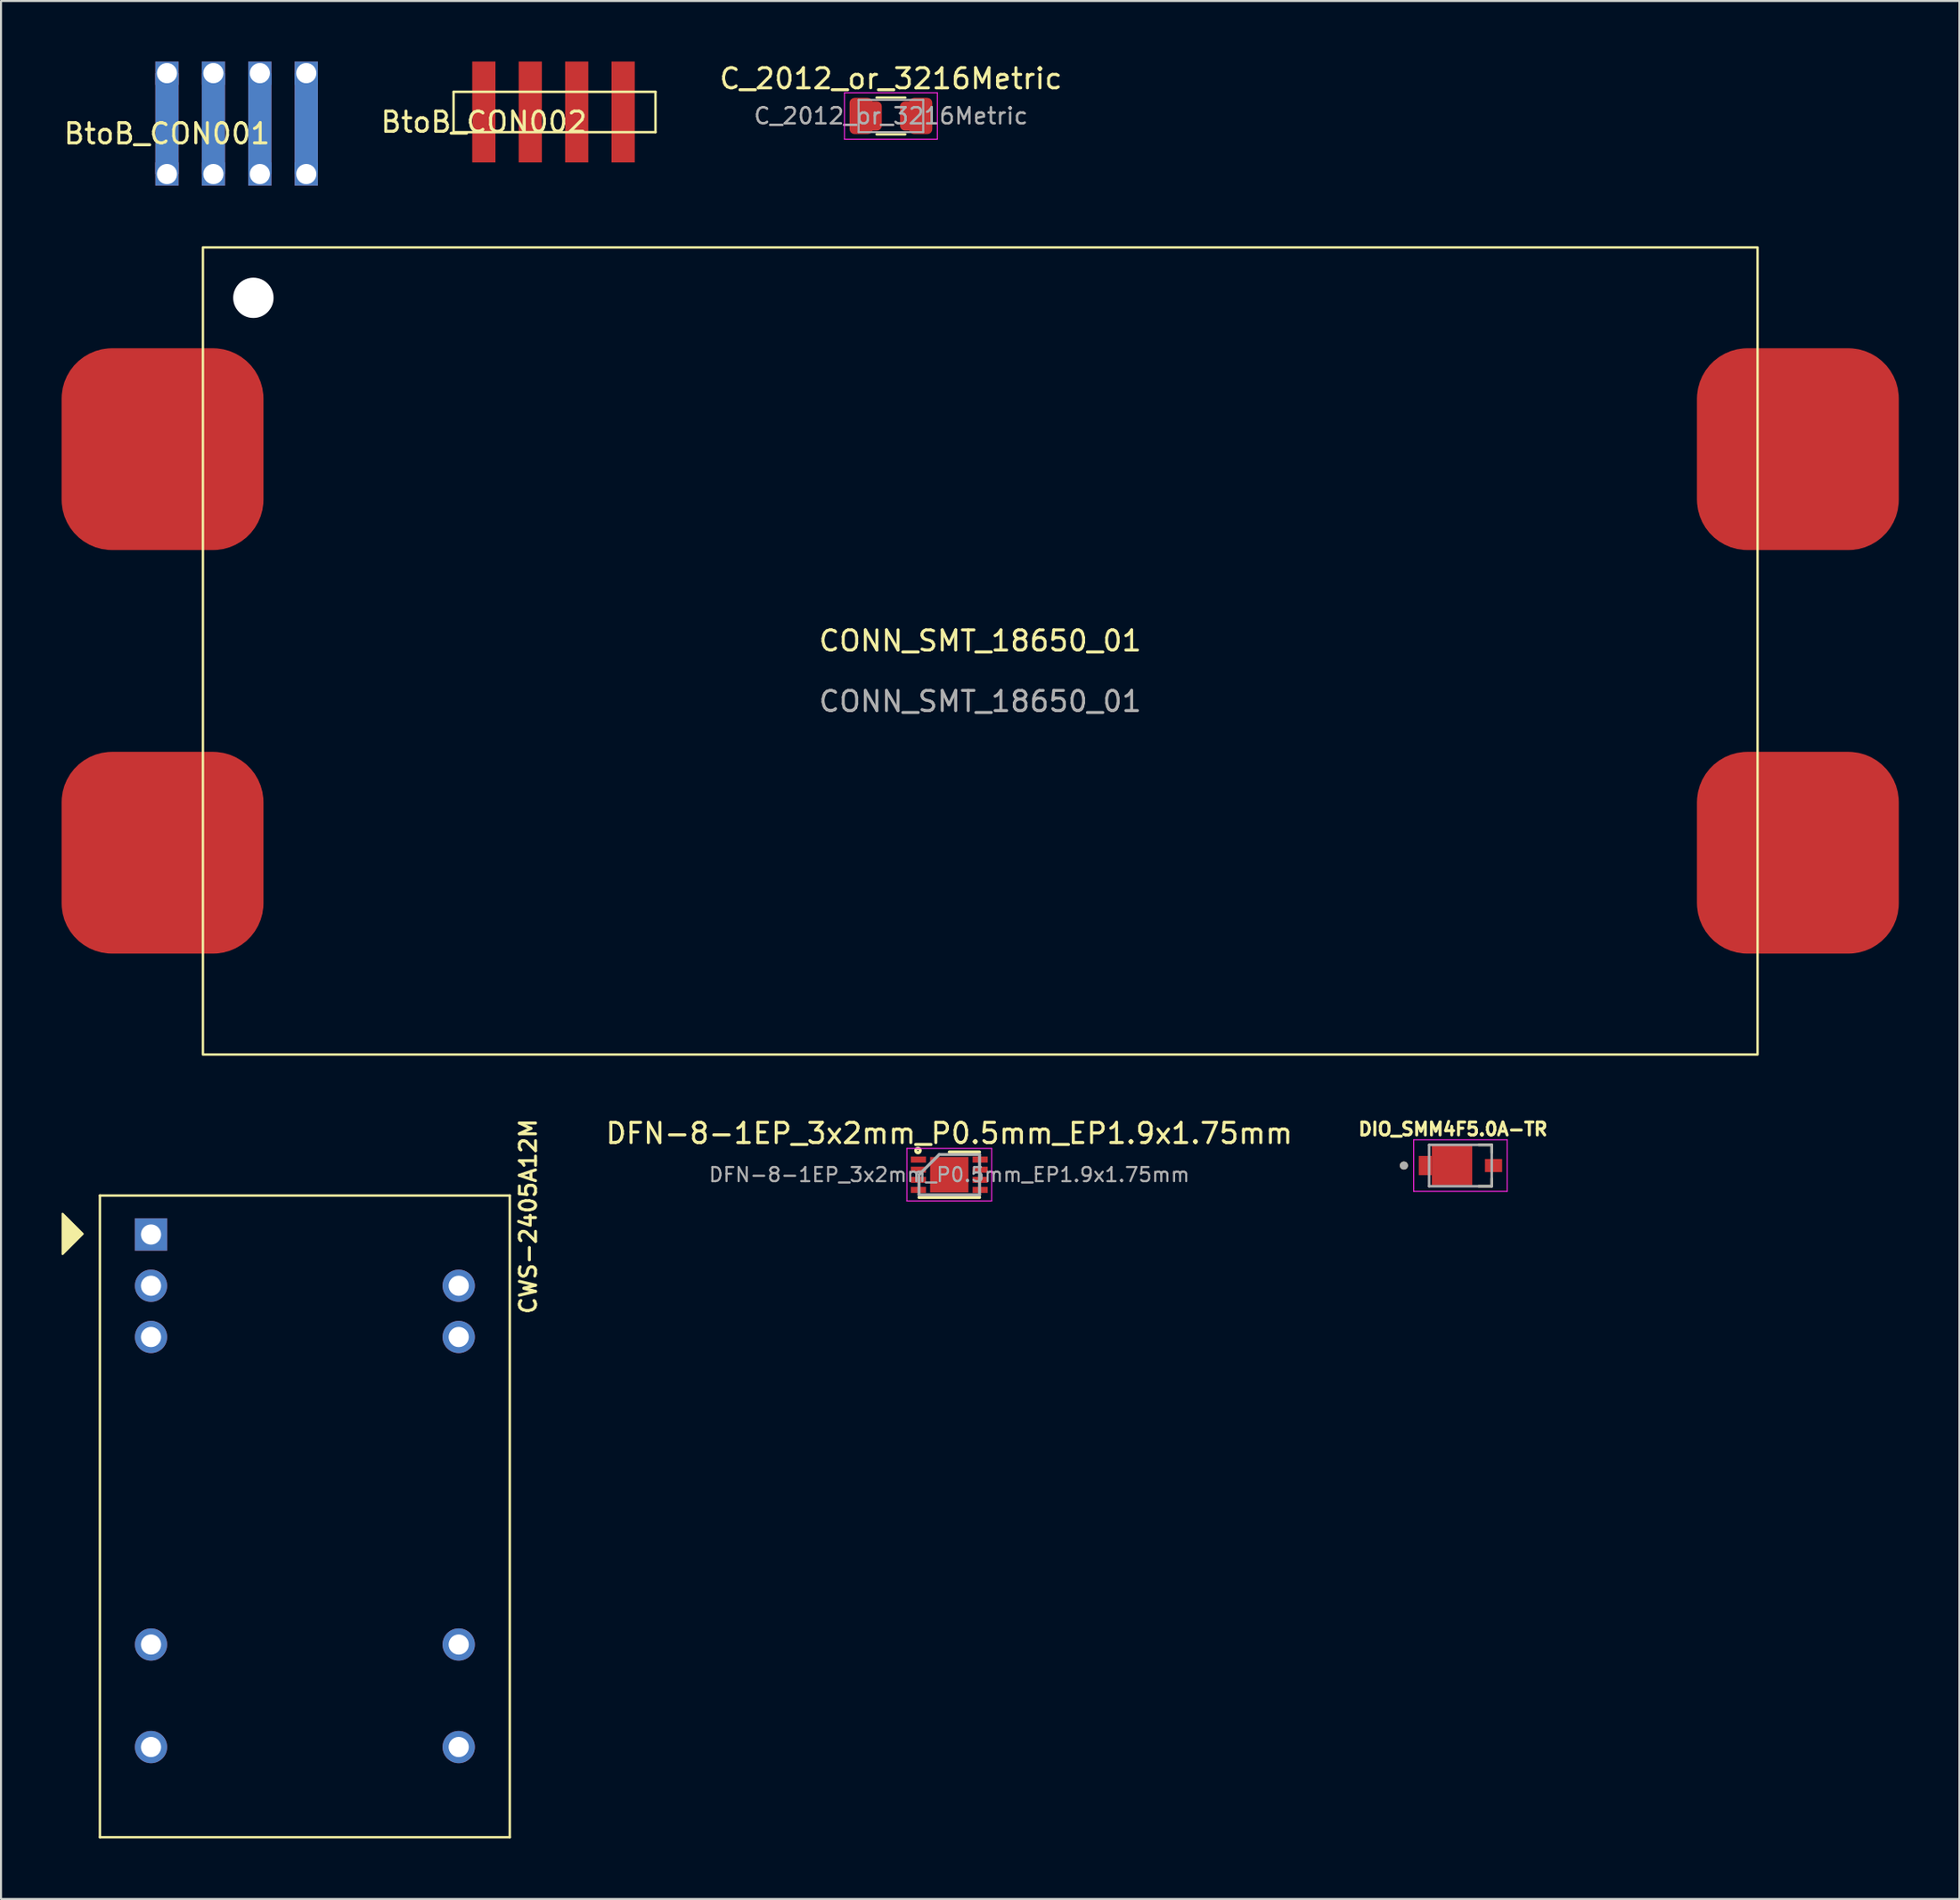
<source format=kicad_pcb>
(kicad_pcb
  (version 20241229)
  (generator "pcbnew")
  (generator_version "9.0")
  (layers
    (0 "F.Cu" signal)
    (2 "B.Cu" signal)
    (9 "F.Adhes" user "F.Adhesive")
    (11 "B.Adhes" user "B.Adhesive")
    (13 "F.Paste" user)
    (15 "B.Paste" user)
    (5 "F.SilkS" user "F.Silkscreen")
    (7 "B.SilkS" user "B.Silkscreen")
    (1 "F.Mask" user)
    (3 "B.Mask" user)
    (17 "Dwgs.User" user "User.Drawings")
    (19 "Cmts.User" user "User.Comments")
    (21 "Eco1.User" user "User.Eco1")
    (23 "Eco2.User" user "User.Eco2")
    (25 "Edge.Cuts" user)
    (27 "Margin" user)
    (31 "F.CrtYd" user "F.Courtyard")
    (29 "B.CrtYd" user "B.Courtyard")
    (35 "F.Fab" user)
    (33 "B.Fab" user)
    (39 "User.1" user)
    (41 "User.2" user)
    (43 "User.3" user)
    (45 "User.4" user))
  (footprint "CWS-2405A12M"
    (layer "F.Cu")
    (at 12.05 72.101)
    (property "Reference" "CWS-2405A12M" (at 11.062 -14.867 270) (layer "F.SilkS") (effects (font (size 0.8 0.8) (thickness 0.15))))
    (attr through_hole)
    (fp_line (start -10.15 -15.9) (end -10.15 15.9) (stroke (width 0.12) (type solid)) (layer "F.SilkS"))
    (fp_line (start -10.15 15.9) (end 10.15 15.9) (stroke (width 0.12) (type solid)) (layer "F.SilkS"))
    (fp_line (start 10.15 -15.9) (end -10.15 -15.9) (stroke (width 0.12) (type solid)) (layer "F.SilkS"))
    (fp_line (start 10.15 15.9) (end 10.15 -15.9) (stroke (width 0.12) (type solid)) (layer "F.SilkS"))
    (fp_poly (pts (xy -11 -14) (xy -12 -13) (xy -12 -15)) (stroke (width 0.1) (type solid)) (fill yes) (layer "F.SilkS"))
    (pad "1" thru_hole rect (at -7.62 -13.97) (size 1.6 1.6) (drill 1) (layers "*.Cu" "*.Mask"))
    (pad "2" thru_hole circle (at -7.62 -11.43) (size 1.6 1.6) (drill 1) (layers "*.Cu" "*.Mask"))
    (pad "3" thru_hole circle (at -7.62 -8.89) (size 1.6 1.6) (drill 1) (layers "*.Cu" "*.Mask"))
    (pad "9" thru_hole circle (at -7.62 6.35) (size 1.6 1.6) (drill 1) (layers "*.Cu" "*.Mask"))
    (pad "11" thru_hole circle (at -7.62 11.43) (size 1.6 1.6) (drill 1) (layers "*.Cu" "*.Mask"))
    (pad "14" thru_hole circle (at 7.62 11.43) (size 1.6 1.6) (drill 1) (layers "*.Cu" "*.Mask"))
    (pad "16" thru_hole circle (at 7.62 6.35) (size 1.6 1.6) (drill 1) (layers "*.Cu" "*.Mask"))
    (pad "22" thru_hole circle (at 7.62 -8.89) (size 1.6 1.6) (drill 1) (layers "*.Cu" "*.Mask"))
    (pad "23" thru_hole circle (at 7.62 -11.43) (size 1.6 1.6) (drill 1) (layers "*.Cu" "*.Mask")))
  (footprint "DIO_SMM4F5.0A-TR"
    (layer "F.Cu")
    (at 69.285 54.714)
    (property "Reference" "DIO_SMM4F5.0A-TR" (at -0.368 -1.806 0) (layer "F.SilkS") (effects (font (size 0.64 0.64) (thickness 0.15))))
    (attr through_hole)
    (fp_line (start 1.55 -1.025) (end 0.91 -1.025) (stroke (width 0.127) (type solid)) (layer "F.SilkS"))
    (fp_line (start 1.55 -1.025) (end 1.55 -0.64) (stroke (width 0.127) (type solid)) (layer "F.SilkS"))
    (fp_line (start 1.55 0.64) (end 1.55 1.025) (stroke (width 0.127) (type solid)) (layer "F.SilkS"))
    (fp_line (start 1.55 1.025) (end 0.91 1.025) (stroke (width 0.127) (type solid)) (layer "F.SilkS"))
    (fp_circle (center -2.8 0) (end -2.7 0) (stroke (width 0.2) (type solid)) (fill no) (layer "F.SilkS"))
    (fp_line (start -2.315 -1.275) (end 2.315 -1.275) (stroke (width 0.05) (type solid)) (layer "F.CrtYd"))
    (fp_line (start -2.315 1.275) (end -2.315 -1.275) (stroke (width 0.05) (type solid)) (layer "F.CrtYd"))
    (fp_line (start 2.315 -1.275) (end 2.315 1.275) (stroke (width 0.05) (type solid)) (layer "F.CrtYd"))
    (fp_line (start 2.315 1.275) (end -2.315 1.275) (stroke (width 0.05) (type solid)) (layer "F.CrtYd"))
    (fp_line (start -1.55 -1.025) (end 1.55 -1.025) (stroke (width 0.127) (type solid)) (layer "F.Fab"))
    (fp_line (start -1.55 1.025) (end -1.55 -1.025) (stroke (width 0.127) (type solid)) (layer "F.Fab"))
    (fp_line (start 1.55 -1.025) (end 1.55 1.025) (stroke (width 0.127) (type solid)) (layer "F.Fab"))
    (fp_line (start 1.55 1.025) (end -1.55 1.025) (stroke (width 0.127) (type solid)) (layer "F.Fab"))
    (fp_circle (center -2.8 0) (end -2.7 0) (stroke (width 0.2) (type solid)) (fill no) (layer "F.Fab"))
    (pad "1" smd rect (at -1.74 0 270) (size 0.95 0.65) (layers "F.Cu" "F.Mask" "F.Paste"))
    (pad "1" smd rect (at -0.415 0) (size 2 1.95) (layers "F.Cu" "F.Mask" "F.Paste"))
    (pad "2" smd rect (at 1.64 0 180) (size 0.85 0.65) (layers "F.Cu" "F.Mask" "F.Paste")))
  (footprint "CONN_SMT_18650_01"
    (layer "F.Cu")
    (at 45.5 29.21)
    (property "Reference" "CONN_SMT_18650_01" (at 0 -0.5 0) (unlocked yes) (layer "F.SilkS") (effects (font (size 1 1) (thickness 0.15))))
    (attr smd)
    (fp_rect (start -38.5 -20) (end 38.5 20) (stroke (width 0.12) (type solid)) (fill no) (layer "F.SilkS"))
    (fp_text user "${REFERENCE}" (at 0 2.5 0) (unlocked yes) (layer "F.Fab") (effects (font (size 1 1) (thickness 0.15))))
    (pad "" np_thru_hole circle (at -36 -17.5) (size 2 2) (drill 2) (layers "*.Cu" "*.Mask"))
    (pad "1" smd roundrect (at -40.5 -10) (size 10 10) (layers "F.Cu" "F.Mask" "F.Paste") (roundrect_rratio 0.25))
    (pad "2" smd roundrect (at 40.5 -10) (size 10 10) (layers "F.Cu" "F.Mask" "F.Paste") (roundrect_rratio 0.25))
    (pad "3" smd roundrect (at -40.5 10) (size 10 10) (layers "F.Cu" "F.Mask" "F.Paste") (roundrect_rratio 0.25))
    (pad "4" smd roundrect (at 40.5 10) (size 10 10) (layers "F.Cu" "F.Mask" "F.Paste") (roundrect_rratio 0.25)))
  (footprint "DFN-8-1EP_3x2mm_P0.5mm_EP1.9x1.75mm"
    (layer "F.Cu")
    (at 43.968 55.168)
    (property "Reference" "DFN-8-1EP_3x2mm_P0.5mm_EP1.9x1.75mm" (at 0 -2.05 0) (layer "F.SilkS") (effects (font (size 1 1) (thickness 0.15))))
    (attr smd)
    (fp_line (start -1.5 1.125) (end 1.5 1.125) (stroke (width 0.15) (type solid)) (layer "F.SilkS"))
    (fp_line (start 0 -1.125) (end 1.5 -1.125) (stroke (width 0.15) (type solid)) (layer "F.SilkS"))
    (fp_circle (center -1.55 -1.2) (end -1.54 -1.17) (stroke (width 0.12) (type solid)) (fill no) (layer "F.SilkS"))
    (fp_circle (center -1.55 -1.2) (end -1.45 -1.12) (stroke (width 0.12) (type solid)) (fill no) (layer "F.SilkS"))
    (fp_line (start -2.1 -1.3) (end -2.1 1.3) (stroke (width 0.05) (type solid)) (layer "F.CrtYd"))
    (fp_line (start -2.1 -1.3) (end 2.1 -1.3) (stroke (width 0.05) (type solid)) (layer "F.CrtYd"))
    (fp_line (start -2.1 1.3) (end 2.1 1.3) (stroke (width 0.05) (type solid)) (layer "F.CrtYd"))
    (fp_line (start 2.1 -1.3) (end 2.1 1.3) (stroke (width 0.05) (type solid)) (layer "F.CrtYd"))
    (fp_line (start -1.5 0) (end -0.5 -1) (stroke (width 0.15) (type solid)) (layer "F.Fab"))
    (fp_line (start -1.5 1) (end -1.5 0) (stroke (width 0.15) (type solid)) (layer "F.Fab"))
    (fp_line (start -0.5 -1) (end 1.5 -1) (stroke (width 0.15) (type solid)) (layer "F.Fab"))
    (fp_line (start 1.5 -1) (end 1.5 1) (stroke (width 0.15) (type solid)) (layer "F.Fab"))
    (fp_line (start 1.5 1) (end -1.5 1) (stroke (width 0.15) (type solid)) (layer "F.Fab"))
    (fp_text user "${REFERENCE}" (at 0 0 0) (layer "F.Fab") (effects (font (size 0.7 0.7) (thickness 0.105))))
    (pad "" smd rect (at -0.438 -0.362) (size 0.71 0.58) (layers "F.Paste"))
    (pad "" smd rect (at -0.438 0.362) (size 0.71 0.58) (layers "F.Paste"))
    (pad "" smd rect (at 0.438 -0.362) (size 0.71 0.58) (layers "F.Paste"))
    (pad "" smd rect (at 0.438 0.362) (size 0.71 0.58) (layers "F.Paste"))
    (pad "1" smd rect (at -1.53 -0.75) (size 0.75 0.3) (layers "F.Cu" "F.Mask" "F.Paste"))
    (pad "2" smd rect (at -1.53 -0.25) (size 0.75 0.3) (layers "F.Cu" "F.Mask" "F.Paste"))
    (pad "3" smd rect (at -1.53 0.25) (size 0.75 0.3) (layers "F.Cu" "F.Mask" "F.Paste"))
    (pad "4" smd rect (at -1.53 0.75) (size 0.75 0.3) (layers "F.Cu" "F.Mask" "F.Paste"))
    (pad "5" smd rect (at 1.53 0.75) (size 0.75 0.3) (layers "F.Cu" "F.Mask" "F.Paste"))
    (pad "6" smd rect (at 1.53 0.25) (size 0.75 0.3) (layers "F.Cu" "F.Mask" "F.Paste"))
    (pad "7" smd rect (at 1.53 -0.25) (size 0.75 0.3) (layers "F.Cu" "F.Mask" "F.Paste"))
    (pad "8" smd rect (at 1.53 -0.75) (size 0.75 0.3) (layers "F.Cu" "F.Mask" "F.Paste"))
    (pad "9" smd rect (at 0 0) (size 1.9 1.75) (layers "F.Cu" "F.Mask")))
  (footprint "C_2012_or_3216Metric"
    (layer "F.Cu")
    (at 41.077 2.698)
    (property "Reference" "C_2012_or_3216Metric" (at 0 -1.85 0) (layer "F.SilkS") (effects (font (size 1 1) (thickness 0.15))))
    (attr smd)
    (fp_line (start -0.711 -0.91) (end 0.711 -0.91) (stroke (width 0.12) (type solid)) (layer "F.SilkS"))
    (fp_line (start -0.711 0.91) (end 0.711 0.91) (stroke (width 0.12) (type solid)) (layer "F.SilkS"))
    (fp_line (start -2.3 -1.15) (end 2.3 -1.15) (stroke (width 0.05) (type solid)) (layer "F.CrtYd"))
    (fp_line (start -2.3 1.15) (end -2.3 -1.15) (stroke (width 0.05) (type solid)) (layer "F.CrtYd"))
    (fp_line (start 2.3 -1.15) (end 2.3 1.15) (stroke (width 0.05) (type solid)) (layer "F.CrtYd"))
    (fp_line (start 2.3 1.15) (end -2.3 1.15) (stroke (width 0.05) (type solid)) (layer "F.CrtYd"))
    (fp_line (start -1.6 -0.8) (end 1.6 -0.8) (stroke (width 0.1) (type solid)) (layer "F.Fab"))
    (fp_line (start -1.6 0.8) (end -1.6 -0.8) (stroke (width 0.1) (type solid)) (layer "F.Fab"))
    (fp_line (start 1.6 -0.8) (end 1.6 0.8) (stroke (width 0.1) (type solid)) (layer "F.Fab"))
    (fp_line (start 1.6 0.8) (end -1.6 0.8) (stroke (width 0.1) (type solid)) (layer "F.Fab"))
    (fp_text user "${REFERENCE}" (at 0 0 0) (layer "F.Fab") (effects (font (size 0.8 0.8) (thickness 0.12))))
    (pad "1" smd roundrect (at -1.475 0) (size 1.15 1.8) (layers "F.Cu" "F.Mask" "F.Paste") (roundrect_rratio 0.217))
    (pad "1" smd roundrect (at -0.95 0) (size 1 1.45) (layers "F.Cu" "F.Mask" "F.Paste") (roundrect_rratio 0.25))
    (pad "2" smd roundrect (at 0.95 0) (size 1 1.45) (layers "F.Cu" "F.Mask" "F.Paste") (roundrect_rratio 0.25))
    (pad "2" smd roundrect (at 1.475 0) (size 1.15 1.8) (layers "F.Cu" "F.Mask" "F.Paste") (roundrect_rratio 0.217)))
  (footprint "BtoB_CON002"
    (layer "F.Cu")
    (at 20.915 2.5)
    (property "Reference" "BtoB_CON002" (at 0 0.5 0) (layer "F.SilkS") (effects (font (size 1 1) (thickness 0.15))))
    (attr through_hole)
    (fp_line (start -1.5 -1) (end 8.5 -1) (stroke (width 0.12) (type solid)) (layer "F.SilkS"))
    (fp_line (start -1.5 1) (end -1.5 -1) (stroke (width 0.12) (type solid)) (layer "F.SilkS"))
    (fp_line (start 8.5 -1) (end 8.5 1) (stroke (width 0.12) (type solid)) (layer "F.SilkS"))
    (fp_line (start 8.5 1) (end -1.5 1) (stroke (width 0.12) (type solid)) (layer "F.SilkS"))
    (pad "1" smd rect (at 0 0) (size 1.15 5) (layers "F.Cu" "F.Mask" "F.Paste"))
    (pad "2" smd rect (at 2.3 0) (size 1.15 5) (layers "F.Cu" "F.Mask" "F.Paste"))
    (pad "3" smd rect (at 4.6 0) (size 1.15 5) (layers "F.Cu" "F.Mask" "F.Paste"))
    (pad "4" smd rect (at 6.9 0) (size 1.15 5) (layers "F.Cu" "F.Mask" "F.Paste")))
  (footprint "BtoB_CON001"
    (layer "F.Cu")
    (at 5.22 3.075)
    (property "Reference" "BtoB_CON001" (at 0 0.5 0) (layer "F.SilkS") (effects (font (size 1 1) (thickness 0.15))))
    (attr through_hole)
    (pad "1" thru_hole rect (at 0 -2.5) (size 1.15 1.15) (drill 1) (layers "*.Cu" "*.Mask"))
    (pad "1" smd rect (at 0 0) (size 1.15 5) (layers "F.Cu" "F.Mask" "F.Paste"))
    (pad "1" smd rect (at 0 0) (size 1.15 5) (layers "B.Cu" "B.Mask" "B.Paste"))
    (pad "1" thru_hole rect (at 0 2.5) (size 1.15 1.15) (drill 1) (layers "*.Cu" "*.Mask"))
    (pad "2" thru_hole rect (at 2.3 -2.5) (size 1.15 1.15) (drill 1) (layers "*.Cu" "*.Mask"))
    (pad "2" smd rect (at 2.3 0) (size 1.15 5) (layers "F.Cu" "F.Mask" "F.Paste"))
    (pad "2" smd rect (at 2.3 0) (size 1.15 5) (layers "B.Cu" "B.Mask" "B.Paste"))
    (pad "2" thru_hole rect (at 2.3 2.5) (size 1.15 1.15) (drill 1) (layers "*.Cu" "*.Mask"))
    (pad "3" thru_hole rect (at 4.6 -2.5) (size 1.15 1.15) (drill 1) (layers "*.Cu" "*.Mask"))
    (pad "3" smd rect (at 4.6 0) (size 1.15 5) (layers "F.Cu" "F.Mask" "F.Paste"))
    (pad "3" smd rect (at 4.6 0) (size 1.15 5) (layers "B.Cu" "B.Mask" "B.Paste"))
    (pad "3" thru_hole rect (at 4.6 2.5) (size 1.15 1.15) (drill 1) (layers "*.Cu" "*.Mask"))
    (pad "4" thru_hole rect (at 6.9 -2.5) (size 1.15 1.15) (drill 1) (layers "*.Cu" "*.Mask"))
    (pad "4" smd rect (at 6.9 0) (size 1.15 5) (layers "F.Cu" "F.Mask" "F.Paste"))
    (pad "4" smd rect (at 6.9 0) (size 1.15 5) (layers "B.Cu" "B.Mask" "B.Paste"))
    (pad "4" thru_hole rect (at 6.9 2.5) (size 1.15 1.15) (drill 1) (layers "*.Cu" "*.Mask")))
  (gr_rect
    (start -3 -3)
    (end 94 91.061)
    (stroke (width 0.1) (type default))
    (fill no)
    (layer "Edge.Cuts")))
</source>
